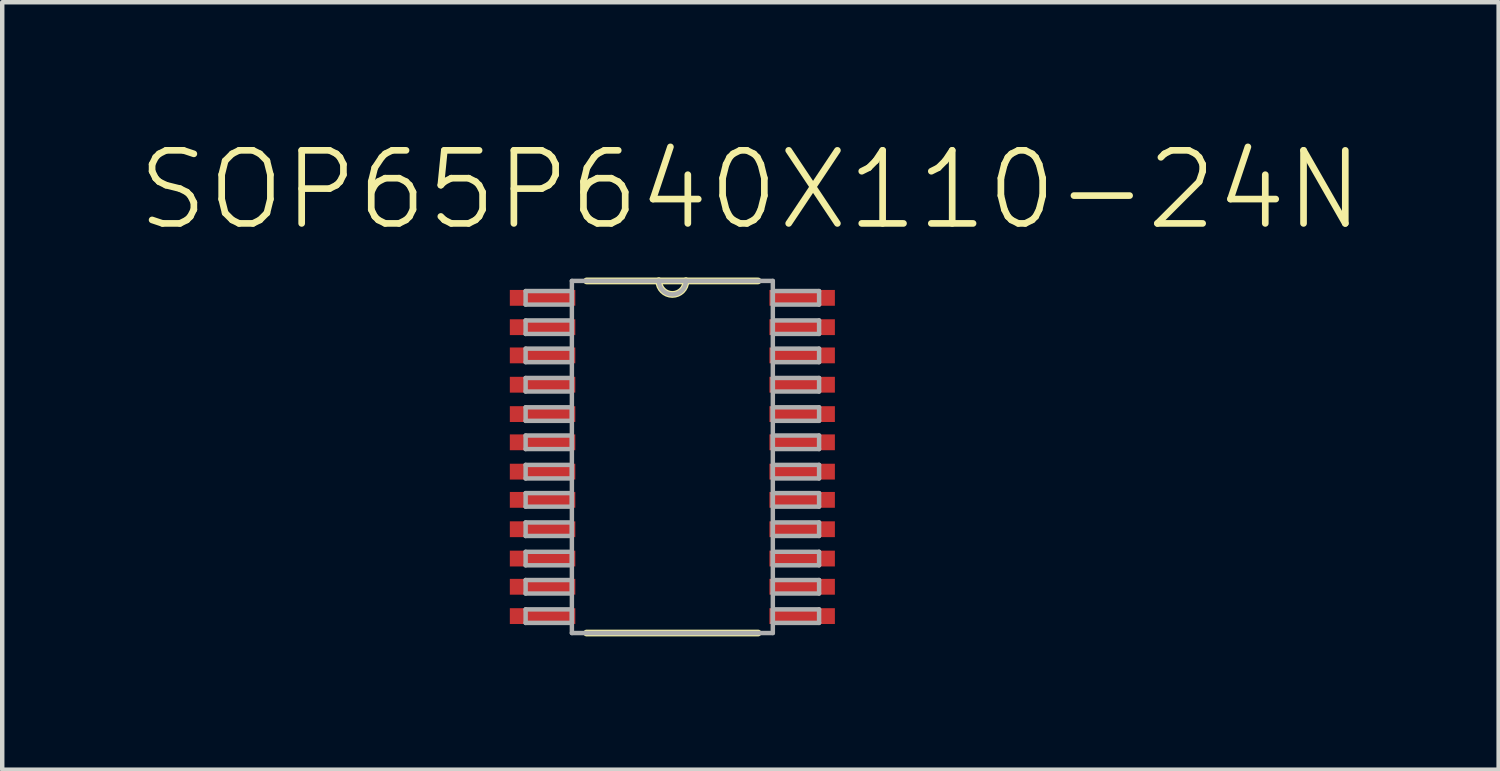
<source format=kicad_pcb>
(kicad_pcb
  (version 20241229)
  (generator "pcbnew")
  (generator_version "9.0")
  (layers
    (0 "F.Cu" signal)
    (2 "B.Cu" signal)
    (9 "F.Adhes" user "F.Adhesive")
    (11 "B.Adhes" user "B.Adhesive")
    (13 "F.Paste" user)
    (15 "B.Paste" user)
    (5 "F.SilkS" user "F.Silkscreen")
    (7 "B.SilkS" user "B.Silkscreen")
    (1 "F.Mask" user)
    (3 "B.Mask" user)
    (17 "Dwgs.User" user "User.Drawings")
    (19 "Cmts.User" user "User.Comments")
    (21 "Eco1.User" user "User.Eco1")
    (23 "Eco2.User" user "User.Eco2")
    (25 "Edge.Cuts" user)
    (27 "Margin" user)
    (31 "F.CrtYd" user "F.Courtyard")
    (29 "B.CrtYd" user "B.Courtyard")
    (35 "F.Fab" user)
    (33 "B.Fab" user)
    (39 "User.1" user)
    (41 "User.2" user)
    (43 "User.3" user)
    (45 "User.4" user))
  (footprint "SOP65P640X110-24N"
    (layer "F.Cu")
    (at 12.081 7.234)
    (property "Reference" "SOP65P640X110-24N" (at 1.757 -6.009 0) (layer "F.SilkS") (effects (font (size 1.644 1.644) (thickness 0.15))))
    (attr smd)
    (fp_line (start -1.93 3.962) (end 1.93 3.962) (stroke (width 0.152) (type solid)) (layer "F.SilkS"))
    (fp_line (start -0.305 -3.962) (end -1.93 -3.962) (stroke (width 0.152) (type solid)) (layer "F.SilkS"))
    (fp_line (start 0.305 -3.962) (end -0.305 -3.962) (stroke (width 0.152) (type solid)) (layer "F.SilkS"))
    (fp_line (start 1.93 -3.962) (end 0.305 -3.962) (stroke (width 0.152) (type solid)) (layer "F.SilkS"))
    (fp_arc (start 0.3048 -3.9624) (mid 0 -3.6576) (end -0.3048 -3.9624) (stroke (width 0.1524) (type solid)) (layer "F.SilkS"))
    (fp_line (start -3.302 -3.734) (end -3.302 -3.429) (stroke (width 0.1) (type solid)) (layer "F.Fab"))
    (fp_line (start -3.302 -3.429) (end -2.261 -3.429) (stroke (width 0.1) (type solid)) (layer "F.Fab"))
    (fp_line (start -3.302 -3.073) (end -3.302 -2.769) (stroke (width 0.1) (type solid)) (layer "F.Fab"))
    (fp_line (start -3.302 -2.769) (end -2.261 -2.769) (stroke (width 0.1) (type solid)) (layer "F.Fab"))
    (fp_line (start -3.302 -2.438) (end -3.302 -2.134) (stroke (width 0.1) (type solid)) (layer "F.Fab"))
    (fp_line (start -3.302 -2.134) (end -2.261 -2.134) (stroke (width 0.1) (type solid)) (layer "F.Fab"))
    (fp_line (start -3.302 -1.778) (end -3.302 -1.473) (stroke (width 0.1) (type solid)) (layer "F.Fab"))
    (fp_line (start -3.302 -1.473) (end -2.261 -1.473) (stroke (width 0.1) (type solid)) (layer "F.Fab"))
    (fp_line (start -3.302 -1.118) (end -3.302 -0.813) (stroke (width 0.1) (type solid)) (layer "F.Fab"))
    (fp_line (start -3.302 -0.813) (end -2.261 -0.813) (stroke (width 0.1) (type solid)) (layer "F.Fab"))
    (fp_line (start -3.302 -0.483) (end -3.302 -0.178) (stroke (width 0.1) (type solid)) (layer "F.Fab"))
    (fp_line (start -3.302 -0.178) (end -2.261 -0.178) (stroke (width 0.1) (type solid)) (layer "F.Fab"))
    (fp_line (start -3.302 0.178) (end -3.302 0.483) (stroke (width 0.1) (type solid)) (layer "F.Fab"))
    (fp_line (start -3.302 0.483) (end -2.261 0.483) (stroke (width 0.1) (type solid)) (layer "F.Fab"))
    (fp_line (start -3.302 0.813) (end -3.302 1.118) (stroke (width 0.1) (type solid)) (layer "F.Fab"))
    (fp_line (start -3.302 1.118) (end -2.261 1.118) (stroke (width 0.1) (type solid)) (layer "F.Fab"))
    (fp_line (start -3.302 1.473) (end -3.302 1.778) (stroke (width 0.1) (type solid)) (layer "F.Fab"))
    (fp_line (start -3.302 1.778) (end -2.261 1.778) (stroke (width 0.1) (type solid)) (layer "F.Fab"))
    (fp_line (start -3.302 2.134) (end -3.302 2.438) (stroke (width 0.1) (type solid)) (layer "F.Fab"))
    (fp_line (start -3.302 2.438) (end -2.261 2.438) (stroke (width 0.1) (type solid)) (layer "F.Fab"))
    (fp_line (start -3.302 2.769) (end -3.302 3.073) (stroke (width 0.1) (type solid)) (layer "F.Fab"))
    (fp_line (start -3.302 3.073) (end -2.261 3.073) (stroke (width 0.1) (type solid)) (layer "F.Fab"))
    (fp_line (start -3.302 3.429) (end -3.302 3.734) (stroke (width 0.1) (type solid)) (layer "F.Fab"))
    (fp_line (start -3.302 3.734) (end -2.261 3.734) (stroke (width 0.1) (type solid)) (layer "F.Fab"))
    (fp_line (start -2.261 -3.962) (end -2.261 3.962) (stroke (width 0.1) (type solid)) (layer "F.Fab"))
    (fp_line (start -2.261 -3.734) (end -3.302 -3.734) (stroke (width 0.1) (type solid)) (layer "F.Fab"))
    (fp_line (start -2.261 -3.429) (end -2.261 -3.734) (stroke (width 0.1) (type solid)) (layer "F.Fab"))
    (fp_line (start -2.261 -3.073) (end -3.302 -3.073) (stroke (width 0.1) (type solid)) (layer "F.Fab"))
    (fp_line (start -2.261 -2.769) (end -2.261 -3.073) (stroke (width 0.1) (type solid)) (layer "F.Fab"))
    (fp_line (start -2.261 -2.438) (end -3.302 -2.438) (stroke (width 0.1) (type solid)) (layer "F.Fab"))
    (fp_line (start -2.261 -2.134) (end -2.261 -2.438) (stroke (width 0.1) (type solid)) (layer "F.Fab"))
    (fp_line (start -2.261 -1.778) (end -3.302 -1.778) (stroke (width 0.1) (type solid)) (layer "F.Fab"))
    (fp_line (start -2.261 -1.473) (end -2.261 -1.778) (stroke (width 0.1) (type solid)) (layer "F.Fab"))
    (fp_line (start -2.261 -1.118) (end -3.302 -1.118) (stroke (width 0.1) (type solid)) (layer "F.Fab"))
    (fp_line (start -2.261 -0.813) (end -2.261 -1.118) (stroke (width 0.1) (type solid)) (layer "F.Fab"))
    (fp_line (start -2.261 -0.483) (end -3.302 -0.483) (stroke (width 0.1) (type solid)) (layer "F.Fab"))
    (fp_line (start -2.261 -0.178) (end -2.261 -0.483) (stroke (width 0.1) (type solid)) (layer "F.Fab"))
    (fp_line (start -2.261 0.178) (end -3.302 0.178) (stroke (width 0.1) (type solid)) (layer "F.Fab"))
    (fp_line (start -2.261 0.483) (end -2.261 0.178) (stroke (width 0.1) (type solid)) (layer "F.Fab"))
    (fp_line (start -2.261 0.813) (end -3.302 0.813) (stroke (width 0.1) (type solid)) (layer "F.Fab"))
    (fp_line (start -2.261 1.118) (end -2.261 0.813) (stroke (width 0.1) (type solid)) (layer "F.Fab"))
    (fp_line (start -2.261 1.473) (end -3.302 1.473) (stroke (width 0.1) (type solid)) (layer "F.Fab"))
    (fp_line (start -2.261 1.778) (end -2.261 1.473) (stroke (width 0.1) (type solid)) (layer "F.Fab"))
    (fp_line (start -2.261 2.134) (end -3.302 2.134) (stroke (width 0.1) (type solid)) (layer "F.Fab"))
    (fp_line (start -2.261 2.438) (end -2.261 2.134) (stroke (width 0.1) (type solid)) (layer "F.Fab"))
    (fp_line (start -2.261 2.769) (end -3.302 2.769) (stroke (width 0.1) (type solid)) (layer "F.Fab"))
    (fp_line (start -2.261 3.073) (end -2.261 2.769) (stroke (width 0.1) (type solid)) (layer "F.Fab"))
    (fp_line (start -2.261 3.429) (end -3.302 3.429) (stroke (width 0.1) (type solid)) (layer "F.Fab"))
    (fp_line (start -2.261 3.734) (end -2.261 3.429) (stroke (width 0.1) (type solid)) (layer "F.Fab"))
    (fp_line (start -2.261 3.962) (end 2.261 3.962) (stroke (width 0.1) (type solid)) (layer "F.Fab"))
    (fp_line (start -0.305 -3.962) (end -2.261 -3.962) (stroke (width 0.1) (type solid)) (layer "F.Fab"))
    (fp_line (start 0.305 -3.962) (end -0.305 -3.962) (stroke (width 0.1) (type solid)) (layer "F.Fab"))
    (fp_line (start 2.261 -3.962) (end 0.305 -3.962) (stroke (width 0.1) (type solid)) (layer "F.Fab"))
    (fp_line (start 2.261 -3.734) (end 2.261 -3.429) (stroke (width 0.1) (type solid)) (layer "F.Fab"))
    (fp_line (start 2.261 -3.429) (end 3.302 -3.429) (stroke (width 0.1) (type solid)) (layer "F.Fab"))
    (fp_line (start 2.261 -3.073) (end 2.261 -2.769) (stroke (width 0.1) (type solid)) (layer "F.Fab"))
    (fp_line (start 2.261 -2.769) (end 3.302 -2.769) (stroke (width 0.1) (type solid)) (layer "F.Fab"))
    (fp_line (start 2.261 -2.438) (end 2.261 -2.134) (stroke (width 0.1) (type solid)) (layer "F.Fab"))
    (fp_line (start 2.261 -2.134) (end 3.302 -2.134) (stroke (width 0.1) (type solid)) (layer "F.Fab"))
    (fp_line (start 2.261 -1.778) (end 2.261 -1.473) (stroke (width 0.1) (type solid)) (layer "F.Fab"))
    (fp_line (start 2.261 -1.473) (end 3.302 -1.473) (stroke (width 0.1) (type solid)) (layer "F.Fab"))
    (fp_line (start 2.261 -1.118) (end 2.261 -0.813) (stroke (width 0.1) (type solid)) (layer "F.Fab"))
    (fp_line (start 2.261 -0.813) (end 3.302 -0.813) (stroke (width 0.1) (type solid)) (layer "F.Fab"))
    (fp_line (start 2.261 -0.483) (end 2.261 -0.178) (stroke (width 0.1) (type solid)) (layer "F.Fab"))
    (fp_line (start 2.261 -0.178) (end 3.302 -0.178) (stroke (width 0.1) (type solid)) (layer "F.Fab"))
    (fp_line (start 2.261 0.178) (end 2.261 0.483) (stroke (width 0.1) (type solid)) (layer "F.Fab"))
    (fp_line (start 2.261 0.483) (end 3.302 0.483) (stroke (width 0.1) (type solid)) (layer "F.Fab"))
    (fp_line (start 2.261 0.813) (end 2.261 1.118) (stroke (width 0.1) (type solid)) (layer "F.Fab"))
    (fp_line (start 2.261 1.118) (end 3.302 1.118) (stroke (width 0.1) (type solid)) (layer "F.Fab"))
    (fp_line (start 2.261 1.473) (end 2.261 1.778) (stroke (width 0.1) (type solid)) (layer "F.Fab"))
    (fp_line (start 2.261 1.778) (end 3.302 1.778) (stroke (width 0.1) (type solid)) (layer "F.Fab"))
    (fp_line (start 2.261 2.134) (end 2.261 2.438) (stroke (width 0.1) (type solid)) (layer "F.Fab"))
    (fp_line (start 2.261 2.438) (end 3.302 2.438) (stroke (width 0.1) (type solid)) (layer "F.Fab"))
    (fp_line (start 2.261 2.769) (end 2.261 3.073) (stroke (width 0.1) (type solid)) (layer "F.Fab"))
    (fp_line (start 2.261 3.073) (end 3.302 3.073) (stroke (width 0.1) (type solid)) (layer "F.Fab"))
    (fp_line (start 2.261 3.429) (end 2.261 3.734) (stroke (width 0.1) (type solid)) (layer "F.Fab"))
    (fp_line (start 2.261 3.734) (end 3.302 3.734) (stroke (width 0.1) (type solid)) (layer "F.Fab"))
    (fp_line (start 2.261 3.962) (end 2.261 -3.962) (stroke (width 0.1) (type solid)) (layer "F.Fab"))
    (fp_line (start 3.302 -3.734) (end 2.261 -3.734) (stroke (width 0.1) (type solid)) (layer "F.Fab"))
    (fp_line (start 3.302 -3.429) (end 3.302 -3.734) (stroke (width 0.1) (type solid)) (layer "F.Fab"))
    (fp_line (start 3.302 -3.073) (end 2.261 -3.073) (stroke (width 0.1) (type solid)) (layer "F.Fab"))
    (fp_line (start 3.302 -2.769) (end 3.302 -3.073) (stroke (width 0.1) (type solid)) (layer "F.Fab"))
    (fp_line (start 3.302 -2.438) (end 2.261 -2.438) (stroke (width 0.1) (type solid)) (layer "F.Fab"))
    (fp_line (start 3.302 -2.134) (end 3.302 -2.438) (stroke (width 0.1) (type solid)) (layer "F.Fab"))
    (fp_line (start 3.302 -1.778) (end 2.261 -1.778) (stroke (width 0.1) (type solid)) (layer "F.Fab"))
    (fp_line (start 3.302 -1.473) (end 3.302 -1.778) (stroke (width 0.1) (type solid)) (layer "F.Fab"))
    (fp_line (start 3.302 -1.118) (end 2.261 -1.118) (stroke (width 0.1) (type solid)) (layer "F.Fab"))
    (fp_line (start 3.302 -0.813) (end 3.302 -1.118) (stroke (width 0.1) (type solid)) (layer "F.Fab"))
    (fp_line (start 3.302 -0.483) (end 2.261 -0.483) (stroke (width 0.1) (type solid)) (layer "F.Fab"))
    (fp_line (start 3.302 -0.178) (end 3.302 -0.483) (stroke (width 0.1) (type solid)) (layer "F.Fab"))
    (fp_line (start 3.302 0.178) (end 2.261 0.178) (stroke (width 0.1) (type solid)) (layer "F.Fab"))
    (fp_line (start 3.302 0.483) (end 3.302 0.178) (stroke (width 0.1) (type solid)) (layer "F.Fab"))
    (fp_line (start 3.302 0.813) (end 2.261 0.813) (stroke (width 0.1) (type solid)) (layer "F.Fab"))
    (fp_line (start 3.302 1.118) (end 3.302 0.813) (stroke (width 0.1) (type solid)) (layer "F.Fab"))
    (fp_line (start 3.302 1.473) (end 2.261 1.473) (stroke (width 0.1) (type solid)) (layer "F.Fab"))
    (fp_line (start 3.302 1.778) (end 3.302 1.473) (stroke (width 0.1) (type solid)) (layer "F.Fab"))
    (fp_line (start 3.302 2.134) (end 2.261 2.134) (stroke (width 0.1) (type solid)) (layer "F.Fab"))
    (fp_line (start 3.302 2.438) (end 3.302 2.134) (stroke (width 0.1) (type solid)) (layer "F.Fab"))
    (fp_line (start 3.302 2.769) (end 2.261 2.769) (stroke (width 0.1) (type solid)) (layer "F.Fab"))
    (fp_line (start 3.302 3.073) (end 3.302 2.769) (stroke (width 0.1) (type solid)) (layer "F.Fab"))
    (fp_line (start 3.302 3.429) (end 2.261 3.429) (stroke (width 0.1) (type solid)) (layer "F.Fab"))
    (fp_line (start 3.302 3.734) (end 3.302 3.429) (stroke (width 0.1) (type solid)) (layer "F.Fab"))
    (fp_arc (start 0.3048 -3.9624) (mid 0 -3.6576) (end -0.3048 -3.9624) (stroke (width 0.1) (type solid)) (layer "F.Fab"))
    (pad "1" smd rect (at -2.921 -3.581) (size 1.473 0.356) (layers "F.Cu" "F.Mask" "F.Paste"))
    (pad "2" smd rect (at -2.921 -2.921) (size 1.473 0.356) (layers "F.Cu" "F.Mask" "F.Paste"))
    (pad "3" smd rect (at -2.921 -2.286) (size 1.473 0.356) (layers "F.Cu" "F.Mask" "F.Paste"))
    (pad "4" smd rect (at -2.921 -1.626) (size 1.473 0.356) (layers "F.Cu" "F.Mask" "F.Paste"))
    (pad "5" smd rect (at -2.921 -0.965) (size 1.473 0.356) (layers "F.Cu" "F.Mask" "F.Paste"))
    (pad "6" smd rect (at -2.921 -0.33) (size 1.473 0.356) (layers "F.Cu" "F.Mask" "F.Paste"))
    (pad "7" smd rect (at -2.921 0.33) (size 1.473 0.356) (layers "F.Cu" "F.Mask" "F.Paste"))
    (pad "8" smd rect (at -2.921 0.965) (size 1.473 0.356) (layers "F.Cu" "F.Mask" "F.Paste"))
    (pad "9" smd rect (at -2.921 1.626) (size 1.473 0.356) (layers "F.Cu" "F.Mask" "F.Paste"))
    (pad "10" smd rect (at -2.921 2.286) (size 1.473 0.356) (layers "F.Cu" "F.Mask" "F.Paste"))
    (pad "11" smd rect (at -2.921 2.921) (size 1.473 0.356) (layers "F.Cu" "F.Mask" "F.Paste"))
    (pad "12" smd rect (at -2.921 3.581) (size 1.473 0.356) (layers "F.Cu" "F.Mask" "F.Paste"))
    (pad "13" smd rect (at 2.921 3.581) (size 1.473 0.356) (layers "F.Cu" "F.Mask" "F.Paste"))
    (pad "14" smd rect (at 2.921 2.921) (size 1.473 0.356) (layers "F.Cu" "F.Mask" "F.Paste"))
    (pad "15" smd rect (at 2.921 2.286) (size 1.473 0.356) (layers "F.Cu" "F.Mask" "F.Paste"))
    (pad "16" smd rect (at 2.921 1.626) (size 1.473 0.356) (layers "F.Cu" "F.Mask" "F.Paste"))
    (pad "17" smd rect (at 2.921 0.965) (size 1.473 0.356) (layers "F.Cu" "F.Mask" "F.Paste"))
    (pad "18" smd rect (at 2.921 0.33) (size 1.473 0.356) (layers "F.Cu" "F.Mask" "F.Paste"))
    (pad "19" smd rect (at 2.921 -0.33) (size 1.473 0.356) (layers "F.Cu" "F.Mask" "F.Paste"))
    (pad "20" smd rect (at 2.921 -0.965) (size 1.473 0.356) (layers "F.Cu" "F.Mask" "F.Paste"))
    (pad "21" smd rect (at 2.921 -1.626) (size 1.473 0.356) (layers "F.Cu" "F.Mask" "F.Paste"))
    (pad "22" smd rect (at 2.921 -2.286) (size 1.473 0.356) (layers "F.Cu" "F.Mask" "F.Paste"))
    (pad "23" smd rect (at 2.921 -2.921) (size 1.473 0.356) (layers "F.Cu" "F.Mask" "F.Paste"))
    (pad "24" smd rect (at 2.921 -3.581) (size 1.473 0.356) (layers "F.Cu" "F.Mask" "F.Paste")))
  (gr_rect
    (start -3 -3)
    (end 30.676 14.272)
    (stroke (width 0.1) (type default))
    (fill no)
    (layer "Edge.Cuts")))
</source>
